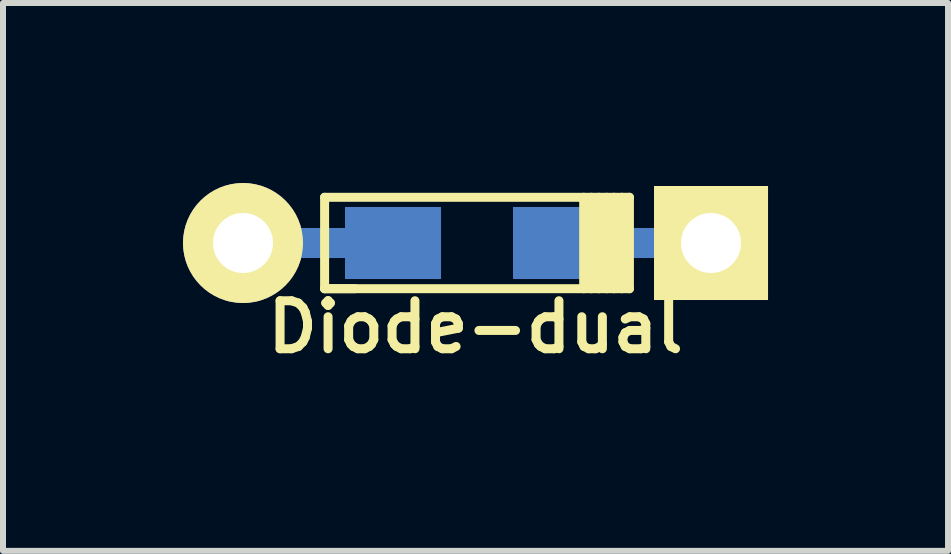
<source format=kicad_pcb>
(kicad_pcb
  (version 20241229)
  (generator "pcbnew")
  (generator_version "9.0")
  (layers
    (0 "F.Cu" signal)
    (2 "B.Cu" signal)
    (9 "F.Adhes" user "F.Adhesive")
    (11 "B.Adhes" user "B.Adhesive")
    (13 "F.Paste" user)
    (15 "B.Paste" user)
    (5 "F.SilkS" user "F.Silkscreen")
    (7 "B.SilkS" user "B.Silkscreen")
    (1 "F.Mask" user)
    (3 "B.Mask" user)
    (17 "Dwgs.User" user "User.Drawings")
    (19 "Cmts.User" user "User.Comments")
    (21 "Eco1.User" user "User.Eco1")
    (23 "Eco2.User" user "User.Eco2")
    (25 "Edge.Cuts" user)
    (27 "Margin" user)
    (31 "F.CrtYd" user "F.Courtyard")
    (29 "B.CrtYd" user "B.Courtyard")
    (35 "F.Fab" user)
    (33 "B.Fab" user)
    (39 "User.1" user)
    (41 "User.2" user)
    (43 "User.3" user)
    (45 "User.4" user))
  (footprint "Diode-dual"
    (layer "F.Cu")
    (at 4.9 1)
    (property "Reference" "Diode-dual" (at -0.025 1.4 0) (layer "F.SilkS") (effects (font (size 0.8 0.8) (thickness 0.15))))
    (attr smd)
    (fp_line (start -2.54 -0.762) (end -2.54 0.762) (stroke (width 0.15) (type solid)) (layer "F.SilkS"))
    (fp_line (start -2.54 0.762) (end -2.032 0.762) (stroke (width 0.15) (type solid)) (layer "F.SilkS"))
    (fp_line (start -2.54 0.762) (end 2.54 0.762) (stroke (width 0.15) (type solid)) (layer "F.SilkS"))
    (fp_line (start 1.778 0.762) (end 1.778 -0.762) (stroke (width 0.15) (type solid)) (layer "F.SilkS"))
    (fp_line (start 1.905 0.762) (end 1.905 -0.762) (stroke (width 0.15) (type solid)) (layer "F.SilkS"))
    (fp_line (start 2.032 -0.762) (end 2.032 0.762) (stroke (width 0.15) (type solid)) (layer "F.SilkS"))
    (fp_line (start 2.159 0.762) (end 2.159 -0.762) (stroke (width 0.15) (type solid)) (layer "F.SilkS"))
    (fp_line (start 2.286 -0.762) (end 2.286 0.762) (stroke (width 0.15) (type solid)) (layer "F.SilkS"))
    (fp_line (start 2.413 0.762) (end 2.413 -0.762) (stroke (width 0.15) (type solid)) (layer "F.SilkS"))
    (fp_line (start 2.54 -0.762) (end -2.54 -0.762) (stroke (width 0.15) (type solid)) (layer "F.SilkS"))
    (fp_line (start 2.54 0.762) (end 2.54 -0.762) (stroke (width 0.15) (type solid)) (layer "F.SilkS"))
    (pad "1" smd rect (at 1.4 0) (size 1.6 1.2) (layers "F.Cu" "F.Mask" "F.Paste"))
    (pad "1" smd rect (at 1.4 0) (size 1.6 1.2) (layers "B.Cu" "B.Mask" "B.Paste"))
    (pad "1" smd rect (at 2.5 0) (size 2.9 0.5) (layers "F.Cu"))
    (pad "1" smd rect (at 2.5 0) (size 2.9 0.5) (layers "B.Cu"))
    (pad "1" thru_hole rect (at 3.9 0) (size 1.9 1.9) (drill 1) (layers "*.Cu" "*.Mask" "F.SilkS"))
    (pad "2" thru_hole circle (at -3.9 0) (size 2 2) (drill 1) (layers "*.Cu" "*.Mask" "F.SilkS"))
    (pad "2" smd rect (at -2.5 0) (size 2.9 0.5) (layers "F.Cu"))
    (pad "2" smd rect (at -2.5 0) (size 2.9 0.5) (layers "B.Cu"))
    (pad "2" smd rect (at -1.4 0) (size 1.6 1.2) (layers "F.Cu" "F.Mask" "F.Paste"))
    (pad "2" smd rect (at -1.4 0) (size 1.6 1.2) (layers "B.Cu" "B.Mask" "B.Paste")))
  (gr_rect
    (start -3 -3)
    (end 12.75 6.131)
    (stroke (width 0.1) (type default))
    (fill no)
    (layer "Edge.Cuts")))
</source>
